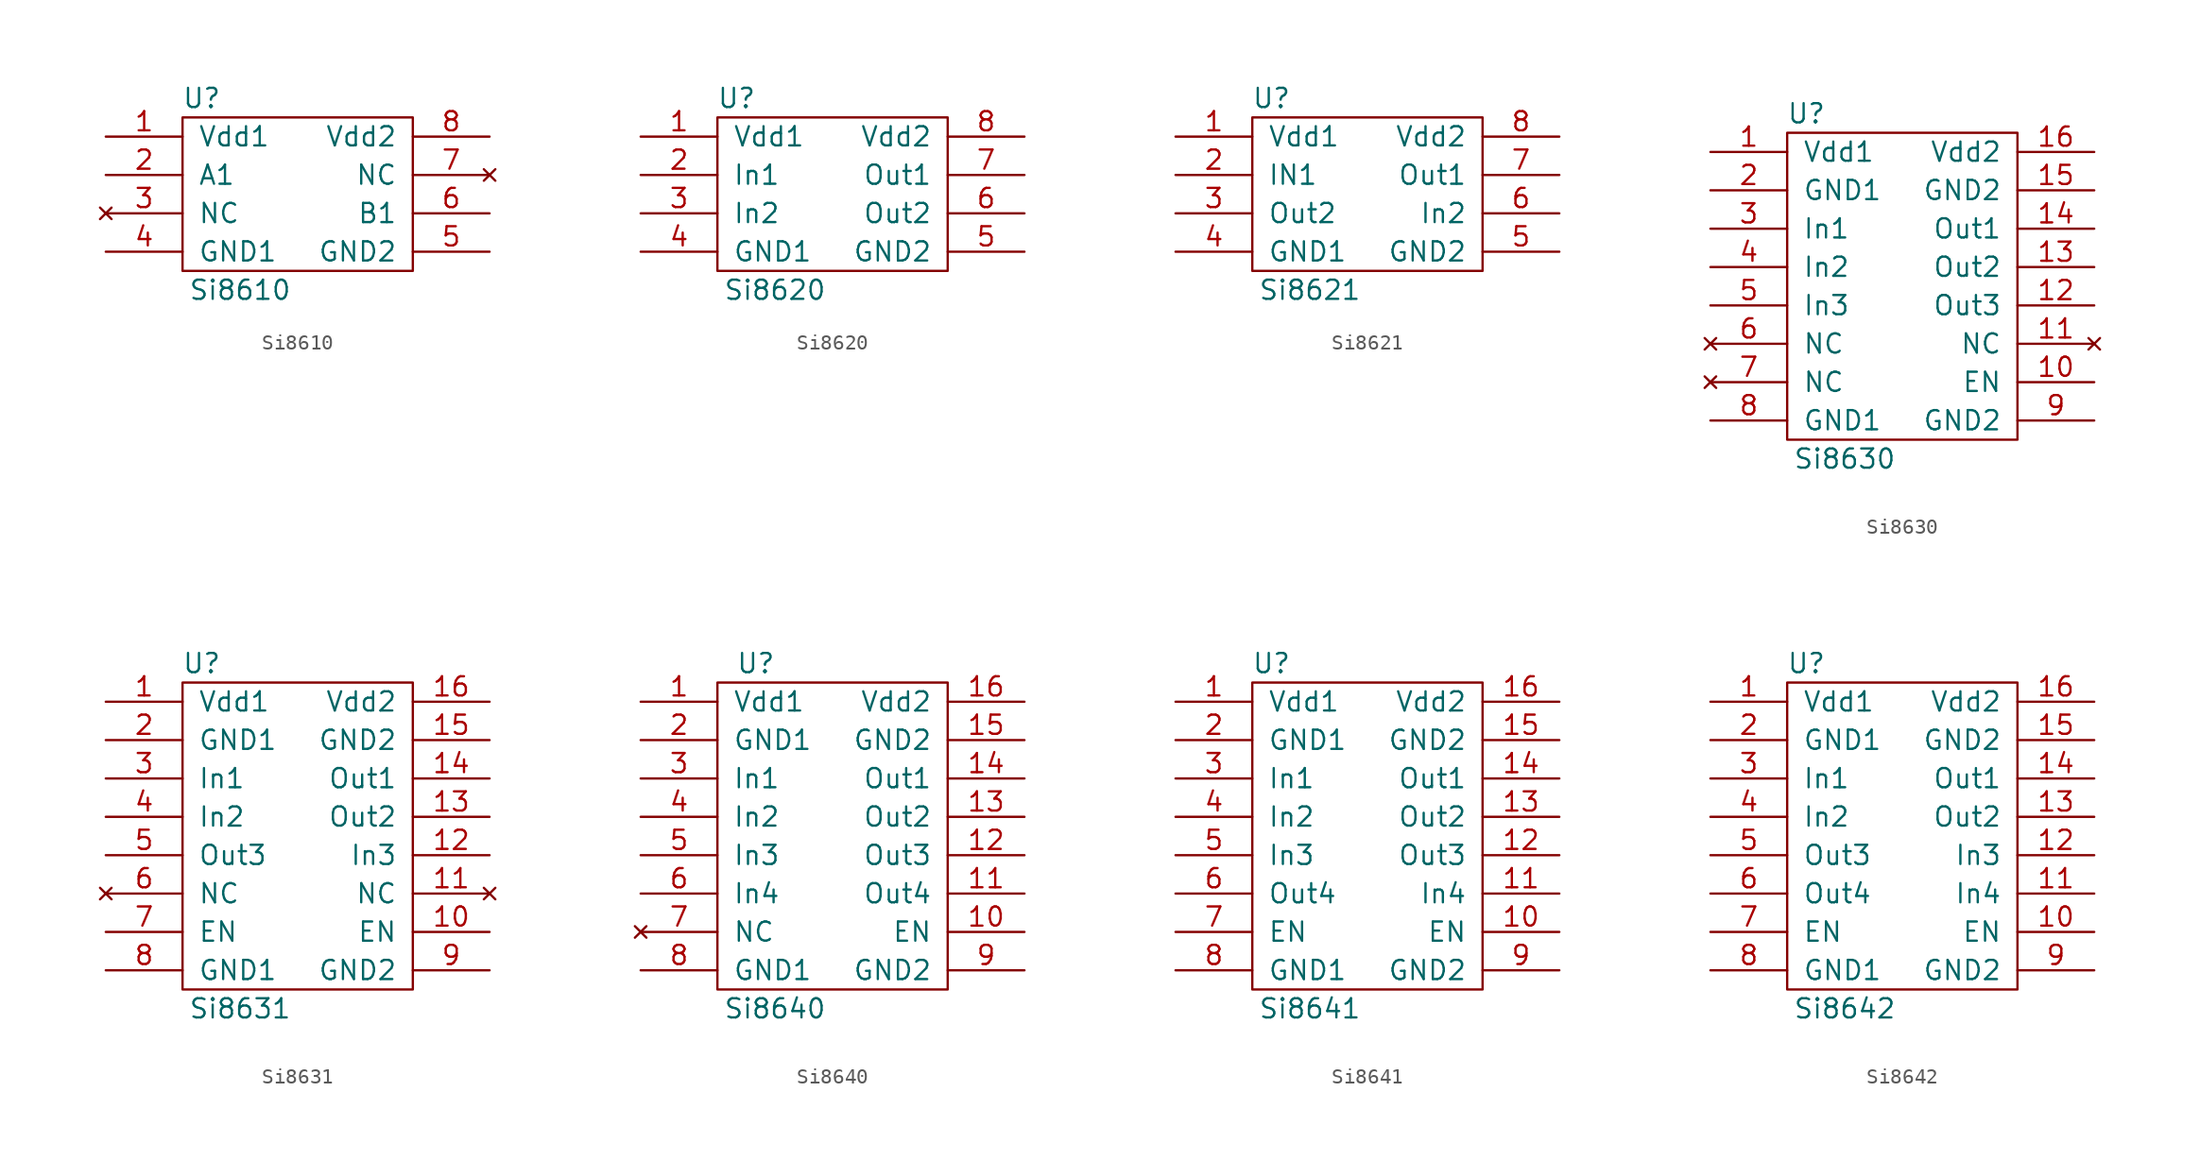
<source format=kicad_sym>
(kicad_symbol_lib
  (version 20211014)
  (generator kicad_symbol_editor)
  (symbol "Si8610"
    (pin_names
      (offset 1.016))
    (property "Reference" "U"
      (at -6.35 6.35 0)
      (effects (font (size 1.27 1.27))))
    (property "Value" "Si8610"
      (at -3.81 -6.35 0)
      (effects (font (size 1.27 1.27))))
    (symbol "Si8610_0_1"
      (rectangle (start -7.62 5.08) (end 7.62 -5.08) (stroke (width 0) (type default) (color 0 0 0 0)) (fill (type none))))
    (symbol "Si8610_1_1"
      (pin power_in line (at -12.7 3.81 0) (length 5.08) (name "Vdd1" (effects (font (size 1.27 1.27)))) (number "1" (effects (font (size 1.27 1.27)))))
      (pin input line (at -12.7 1.27 0) (length 5.08) (name "A1" (effects (font (size 1.27 1.27)))) (number "2" (effects (font (size 1.27 1.27)))))
      (pin no_connect line (at -12.7 -1.27 0) (length 5.08) (name "NC" (effects (font (size 1.27 1.27)))) (number "3" (effects (font (size 1.27 1.27)))))
      (pin power_in line (at -12.7 -3.81 0) (length 5.08) (name "GND1" (effects (font (size 1.27 1.27)))) (number "4" (effects (font (size 1.27 1.27)))))
      (pin power_in line (at 12.7 -3.81 180) (length 5.08) (name "GND2" (effects (font (size 1.27 1.27)))) (number "5" (effects (font (size 1.27 1.27)))))
      (pin output line (at 12.7 -1.27 180) (length 5.08) (name "B1" (effects (font (size 1.27 1.27)))) (number "6" (effects (font (size 1.27 1.27)))))
      (pin no_connect line (at 12.7 1.27 180) (length 5.08) (name "NC" (effects (font (size 1.27 1.27)))) (number "7" (effects (font (size 1.27 1.27)))))
      (pin power_in line (at 12.7 3.81 180) (length 5.08) (name "Vdd2" (effects (font (size 1.27 1.27)))) (number "8" (effects (font (size 1.27 1.27)))))))
  (symbol "Si8620"
    (pin_names
      (offset 1.016))
    (property "Reference" "U"
      (at -6.35 6.35 0)
      (effects (font (size 1.27 1.27))))
    (property "Value" "Si8620"
      (at -3.81 -6.35 0)
      (effects (font (size 1.27 1.27))))
    (symbol "Si8620_1_1"
      (rectangle (start -7.62 5.08) (end 7.62 -5.08) (stroke (width 0) (type default) (color 0 0 0 0)) (fill (type none)))
      (pin power_in line (at -12.7 3.81 0) (length 5.08) (name "Vdd1" (effects (font (size 1.27 1.27)))) (number "1" (effects (font (size 1.27 1.27)))))
      (pin input line (at -12.7 1.27 0) (length 5.08) (name "In1" (effects (font (size 1.27 1.27)))) (number "2" (effects (font (size 1.27 1.27)))))
      (pin input line (at -12.7 -1.27 0) (length 5.08) (name "In2" (effects (font (size 1.27 1.27)))) (number "3" (effects (font (size 1.27 1.27)))))
      (pin power_in line (at -12.7 -3.81 0) (length 5.08) (name "GND1" (effects (font (size 1.27 1.27)))) (number "4" (effects (font (size 1.27 1.27)))))
      (pin power_in line (at 12.7 -3.81 180) (length 5.08) (name "GND2" (effects (font (size 1.27 1.27)))) (number "5" (effects (font (size 1.27 1.27)))))
      (pin output line (at 12.7 -1.27 180) (length 5.08) (name "Out2" (effects (font (size 1.27 1.27)))) (number "6" (effects (font (size 1.27 1.27)))))
      (pin output line (at 12.7 1.27 180) (length 5.08) (name "Out1" (effects (font (size 1.27 1.27)))) (number "7" (effects (font (size 1.27 1.27)))))
      (pin power_in line (at 12.7 3.81 180) (length 5.08) (name "Vdd2" (effects (font (size 1.27 1.27)))) (number "8" (effects (font (size 1.27 1.27)))))))
  (symbol "Si8621"
    (pin_names
      (offset 1.016))
    (property "Reference" "U"
      (at -6.35 6.35 0)
      (effects (font (size 1.27 1.27))))
    (property "Value" "Si8621"
      (at -3.81 -6.35 0)
      (effects (font (size 1.27 1.27))))
    (symbol "Si8621_1_1"
      (rectangle (start -7.62 5.08) (end 7.62 -5.08) (stroke (width 0) (type default) (color 0 0 0 0)) (fill (type none)))
      (pin power_in line (at -12.7 3.81 0) (length 5.08) (name "Vdd1" (effects (font (size 1.27 1.27)))) (number "1" (effects (font (size 1.27 1.27)))))
      (pin input line (at -12.7 1.27 0) (length 5.08) (name "IN1" (effects (font (size 1.27 1.27)))) (number "2" (effects (font (size 1.27 1.27)))))
      (pin output line (at -12.7 -1.27 0) (length 5.08) (name "Out2" (effects (font (size 1.27 1.27)))) (number "3" (effects (font (size 1.27 1.27)))))
      (pin power_in line (at -12.7 -3.81 0) (length 5.08) (name "GND1" (effects (font (size 1.27 1.27)))) (number "4" (effects (font (size 1.27 1.27)))))
      (pin power_in line (at 12.7 -3.81 180) (length 5.08) (name "GND2" (effects (font (size 1.27 1.27)))) (number "5" (effects (font (size 1.27 1.27)))))
      (pin input line (at 12.7 -1.27 180) (length 5.08) (name "In2" (effects (font (size 1.27 1.27)))) (number "6" (effects (font (size 1.27 1.27)))))
      (pin output line (at 12.7 1.27 180) (length 5.08) (name "Out1" (effects (font (size 1.27 1.27)))) (number "7" (effects (font (size 1.27 1.27)))))
      (pin power_in line (at 12.7 3.81 180) (length 5.08) (name "Vdd2" (effects (font (size 1.27 1.27)))) (number "8" (effects (font (size 1.27 1.27)))))))
  (symbol "Si8630"
    (pin_names
      (offset 1.016))
    (property "Reference" "U"
      (at -6.35 11.43 0)
      (effects (font (size 1.27 1.27))))
    (property "Value" "Si8630"
      (at -3.81 -11.43 0)
      (effects (font (size 1.27 1.27))))
    (symbol "Si8630_1_1"
      (rectangle (start -7.62 10.16) (end 7.62 -10.16) (stroke (width 0) (type default) (color 0 0 0 0)) (fill (type none)))
      (pin power_in line (at -12.7 8.89 0) (length 5.08) (name "Vdd1" (effects (font (size 1.27 1.27)))) (number "1" (effects (font (size 1.27 1.27)))))
      (pin input line (at 12.7 -6.35 180) (length 5.08) (name "EN" (effects (font (size 1.27 1.27)))) (number "10" (effects (font (size 1.27 1.27)))))
      (pin no_connect line (at 12.7 -3.81 180) (length 5.08) (name "NC" (effects (font (size 1.27 1.27)))) (number "11" (effects (font (size 1.27 1.27)))))
      (pin output line (at 12.7 -1.27 180) (length 5.08) (name "Out3" (effects (font (size 1.27 1.27)))) (number "12" (effects (font (size 1.27 1.27)))))
      (pin output line (at 12.7 1.27 180) (length 5.08) (name "Out2" (effects (font (size 1.27 1.27)))) (number "13" (effects (font (size 1.27 1.27)))))
      (pin output line (at 12.7 3.81 180) (length 5.08) (name "Out1" (effects (font (size 1.27 1.27)))) (number "14" (effects (font (size 1.27 1.27)))))
      (pin power_in line (at 12.7 6.35 180) (length 5.08) (name "GND2" (effects (font (size 1.27 1.27)))) (number "15" (effects (font (size 1.27 1.27)))))
      (pin power_in line (at 12.7 8.89 180) (length 5.08) (name "Vdd2" (effects (font (size 1.27 1.27)))) (number "16" (effects (font (size 1.27 1.27)))))
      (pin power_in line (at -12.7 6.35 0) (length 5.08) (name "GND1" (effects (font (size 1.27 1.27)))) (number "2" (effects (font (size 1.27 1.27)))))
      (pin input line (at -12.7 3.81 0) (length 5.08) (name "In1" (effects (font (size 1.27 1.27)))) (number "3" (effects (font (size 1.27 1.27)))))
      (pin input line (at -12.7 1.27 0) (length 5.08) (name "In2" (effects (font (size 1.27 1.27)))) (number "4" (effects (font (size 1.27 1.27)))))
      (pin input line (at -12.7 -1.27 0) (length 5.08) (name "In3" (effects (font (size 1.27 1.27)))) (number "5" (effects (font (size 1.27 1.27)))))
      (pin no_connect line (at -12.7 -3.81 0) (length 5.08) (name "NC" (effects (font (size 1.27 1.27)))) (number "6" (effects (font (size 1.27 1.27)))))
      (pin no_connect line (at -12.7 -6.35 0) (length 5.08) (name "NC" (effects (font (size 1.27 1.27)))) (number "7" (effects (font (size 1.27 1.27)))))
      (pin power_in line (at -12.7 -8.89 0) (length 5.08) (name "GND1" (effects (font (size 1.27 1.27)))) (number "8" (effects (font (size 1.27 1.27)))))
      (pin power_in line (at 12.7 -8.89 180) (length 5.08) (name "GND2" (effects (font (size 1.27 1.27)))) (number "9" (effects (font (size 1.27 1.27)))))))
  (symbol "Si8631"
    (pin_names
      (offset 1.016))
    (property "Reference" "U"
      (at -6.35 11.43 0)
      (effects (font (size 1.27 1.27))))
    (property "Value" "Si8631"
      (at -3.81 -11.43 0)
      (effects (font (size 1.27 1.27))))
    (symbol "Si8631_1_1"
      (rectangle (start -7.62 10.16) (end 7.62 -10.16) (stroke (width 0) (type default) (color 0 0 0 0)) (fill (type none)))
      (pin power_in line (at -12.7 8.89 0) (length 5.08) (name "Vdd1" (effects (font (size 1.27 1.27)))) (number "1" (effects (font (size 1.27 1.27)))))
      (pin input line (at 12.7 -6.35 180) (length 5.08) (name "EN" (effects (font (size 1.27 1.27)))) (number "10" (effects (font (size 1.27 1.27)))))
      (pin no_connect line (at 12.7 -3.81 180) (length 5.08) (name "NC" (effects (font (size 1.27 1.27)))) (number "11" (effects (font (size 1.27 1.27)))))
      (pin input line (at 12.7 -1.27 180) (length 5.08) (name "In3" (effects (font (size 1.27 1.27)))) (number "12" (effects (font (size 1.27 1.27)))))
      (pin output line (at 12.7 1.27 180) (length 5.08) (name "Out2" (effects (font (size 1.27 1.27)))) (number "13" (effects (font (size 1.27 1.27)))))
      (pin output line (at 12.7 3.81 180) (length 5.08) (name "Out1" (effects (font (size 1.27 1.27)))) (number "14" (effects (font (size 1.27 1.27)))))
      (pin power_in line (at 12.7 6.35 180) (length 5.08) (name "GND2" (effects (font (size 1.27 1.27)))) (number "15" (effects (font (size 1.27 1.27)))))
      (pin power_in line (at 12.7 8.89 180) (length 5.08) (name "Vdd2" (effects (font (size 1.27 1.27)))) (number "16" (effects (font (size 1.27 1.27)))))
      (pin power_in line (at -12.7 6.35 0) (length 5.08) (name "GND1" (effects (font (size 1.27 1.27)))) (number "2" (effects (font (size 1.27 1.27)))))
      (pin input line (at -12.7 3.81 0) (length 5.08) (name "In1" (effects (font (size 1.27 1.27)))) (number "3" (effects (font (size 1.27 1.27)))))
      (pin input line (at -12.7 1.27 0) (length 5.08) (name "In2" (effects (font (size 1.27 1.27)))) (number "4" (effects (font (size 1.27 1.27)))))
      (pin output line (at -12.7 -1.27 0) (length 5.08) (name "Out3" (effects (font (size 1.27 1.27)))) (number "5" (effects (font (size 1.27 1.27)))))
      (pin no_connect line (at -12.7 -3.81 0) (length 5.08) (name "NC" (effects (font (size 1.27 1.27)))) (number "6" (effects (font (size 1.27 1.27)))))
      (pin input line (at -12.7 -6.35 0) (length 5.08) (name "EN" (effects (font (size 1.27 1.27)))) (number "7" (effects (font (size 1.27 1.27)))))
      (pin power_in line (at -12.7 -8.89 0) (length 5.08) (name "GND1" (effects (font (size 1.27 1.27)))) (number "8" (effects (font (size 1.27 1.27)))))
      (pin power_in line (at 12.7 -8.89 180) (length 5.08) (name "GND2" (effects (font (size 1.27 1.27)))) (number "9" (effects (font (size 1.27 1.27)))))))
  (symbol "Si8640"
    (pin_names
      (offset 1.016))
    (property "Reference" "U"
      (at -5.08 10.16 0)
      (effects (font (size 1.27 1.27))))
    (property "Value" "Si8640"
      (at -3.81 -12.7 0)
      (effects (font (size 1.27 1.27))))
    (symbol "Si8640_0_1"
      (rectangle (start -7.62 8.89) (end 7.62 -11.43) (stroke (width 0) (type default) (color 0 0 0 0)) (fill (type none))))
    (symbol "Si8640_1_1"
      (pin power_in line (at -12.7 7.62 0) (length 5.08) (name "Vdd1" (effects (font (size 1.27 1.27)))) (number "1" (effects (font (size 1.27 1.27)))))
      (pin input line (at 12.7 -7.62 180) (length 5.08) (name "EN" (effects (font (size 1.27 1.27)))) (number "10" (effects (font (size 1.27 1.27)))))
      (pin output line (at 12.7 -5.08 180) (length 5.08) (name "Out4" (effects (font (size 1.27 1.27)))) (number "11" (effects (font (size 1.27 1.27)))))
      (pin output line (at 12.7 -2.54 180) (length 5.08) (name "Out3" (effects (font (size 1.27 1.27)))) (number "12" (effects (font (size 1.27 1.27)))))
      (pin output line (at 12.7 0 180) (length 5.08) (name "Out2" (effects (font (size 1.27 1.27)))) (number "13" (effects (font (size 1.27 1.27)))))
      (pin output line (at 12.7 2.54 180) (length 5.08) (name "Out1" (effects (font (size 1.27 1.27)))) (number "14" (effects (font (size 1.27 1.27)))))
      (pin power_in line (at 12.7 5.08 180) (length 5.08) (name "GND2" (effects (font (size 1.27 1.27)))) (number "15" (effects (font (size 1.27 1.27)))))
      (pin power_in line (at 12.7 7.62 180) (length 5.08) (name "Vdd2" (effects (font (size 1.27 1.27)))) (number "16" (effects (font (size 1.27 1.27)))))
      (pin power_in line (at -12.7 5.08 0) (length 5.08) (name "GND1" (effects (font (size 1.27 1.27)))) (number "2" (effects (font (size 1.27 1.27)))))
      (pin input line (at -12.7 2.54 0) (length 5.08) (name "In1" (effects (font (size 1.27 1.27)))) (number "3" (effects (font (size 1.27 1.27)))))
      (pin input line (at -12.7 0 0) (length 5.08) (name "In2" (effects (font (size 1.27 1.27)))) (number "4" (effects (font (size 1.27 1.27)))))
      (pin input line (at -12.7 -2.54 0) (length 5.08) (name "In3" (effects (font (size 1.27 1.27)))) (number "5" (effects (font (size 1.27 1.27)))))
      (pin input line (at -12.7 -5.08 0) (length 5.08) (name "In4" (effects (font (size 1.27 1.27)))) (number "6" (effects (font (size 1.27 1.27)))))
      (pin no_connect line (at -12.7 -7.62 0) (length 5.08) (name "NC" (effects (font (size 1.27 1.27)))) (number "7" (effects (font (size 1.27 1.27)))))
      (pin power_in line (at -12.7 -10.16 0) (length 5.08) (name "GND1" (effects (font (size 1.27 1.27)))) (number "8" (effects (font (size 1.27 1.27)))))
      (pin power_in line (at 12.7 -10.16 180) (length 5.08) (name "GND2" (effects (font (size 1.27 1.27)))) (number "9" (effects (font (size 1.27 1.27)))))))
  (symbol "Si8641"
    (pin_names
      (offset 1.016))
    (property "Reference" "U"
      (at -6.35 11.43 0)
      (effects (font (size 1.27 1.27))))
    (property "Value" "Si8641"
      (at -3.81 -11.43 0)
      (effects (font (size 1.27 1.27))))
    (symbol "Si8641_1_1"
      (rectangle (start -7.62 10.16) (end 7.62 -10.16) (stroke (width 0) (type default) (color 0 0 0 0)) (fill (type none)))
      (pin power_in line (at -12.7 8.89 0) (length 5.08) (name "Vdd1" (effects (font (size 1.27 1.27)))) (number "1" (effects (font (size 1.27 1.27)))))
      (pin input line (at 12.7 -6.35 180) (length 5.08) (name "EN" (effects (font (size 1.27 1.27)))) (number "10" (effects (font (size 1.27 1.27)))))
      (pin input line (at 12.7 -3.81 180) (length 5.08) (name "In4" (effects (font (size 1.27 1.27)))) (number "11" (effects (font (size 1.27 1.27)))))
      (pin output line (at 12.7 -1.27 180) (length 5.08) (name "Out3" (effects (font (size 1.27 1.27)))) (number "12" (effects (font (size 1.27 1.27)))))
      (pin output line (at 12.7 1.27 180) (length 5.08) (name "Out2" (effects (font (size 1.27 1.27)))) (number "13" (effects (font (size 1.27 1.27)))))
      (pin output line (at 12.7 3.81 180) (length 5.08) (name "Out1" (effects (font (size 1.27 1.27)))) (number "14" (effects (font (size 1.27 1.27)))))
      (pin power_in line (at 12.7 6.35 180) (length 5.08) (name "GND2" (effects (font (size 1.27 1.27)))) (number "15" (effects (font (size 1.27 1.27)))))
      (pin power_in line (at 12.7 8.89 180) (length 5.08) (name "Vdd2" (effects (font (size 1.27 1.27)))) (number "16" (effects (font (size 1.27 1.27)))))
      (pin power_in line (at -12.7 6.35 0) (length 5.08) (name "GND1" (effects (font (size 1.27 1.27)))) (number "2" (effects (font (size 1.27 1.27)))))
      (pin input line (at -12.7 3.81 0) (length 5.08) (name "In1" (effects (font (size 1.27 1.27)))) (number "3" (effects (font (size 1.27 1.27)))))
      (pin input line (at -12.7 1.27 0) (length 5.08) (name "In2" (effects (font (size 1.27 1.27)))) (number "4" (effects (font (size 1.27 1.27)))))
      (pin input line (at -12.7 -1.27 0) (length 5.08) (name "In3" (effects (font (size 1.27 1.27)))) (number "5" (effects (font (size 1.27 1.27)))))
      (pin output line (at -12.7 -3.81 0) (length 5.08) (name "Out4" (effects (font (size 1.27 1.27)))) (number "6" (effects (font (size 1.27 1.27)))))
      (pin input line (at -12.7 -6.35 0) (length 5.08) (name "EN" (effects (font (size 1.27 1.27)))) (number "7" (effects (font (size 1.27 1.27)))))
      (pin power_in line (at -12.7 -8.89 0) (length 5.08) (name "GND1" (effects (font (size 1.27 1.27)))) (number "8" (effects (font (size 1.27 1.27)))))
      (pin power_in line (at 12.7 -8.89 180) (length 5.08) (name "GND2" (effects (font (size 1.27 1.27)))) (number "9" (effects (font (size 1.27 1.27)))))))
  (symbol "Si8642"
    (pin_names
      (offset 1.016))
    (property "Reference" "U"
      (at -6.35 11.43 0)
      (effects (font (size 1.27 1.27))))
    (property "Value" "Si8642"
      (at -3.81 -11.43 0)
      (effects (font (size 1.27 1.27))))
    (symbol "Si8642_1_1"
      (rectangle (start -7.62 10.16) (end 7.62 -10.16) (stroke (width 0) (type default) (color 0 0 0 0)) (fill (type none)))
      (pin power_in line (at -12.7 8.89 0) (length 5.08) (name "Vdd1" (effects (font (size 1.27 1.27)))) (number "1" (effects (font (size 1.27 1.27)))))
      (pin input line (at 12.7 -6.35 180) (length 5.08) (name "EN" (effects (font (size 1.27 1.27)))) (number "10" (effects (font (size 1.27 1.27)))))
      (pin input line (at 12.7 -3.81 180) (length 5.08) (name "In4" (effects (font (size 1.27 1.27)))) (number "11" (effects (font (size 1.27 1.27)))))
      (pin input line (at 12.7 -1.27 180) (length 5.08) (name "In3" (effects (font (size 1.27 1.27)))) (number "12" (effects (font (size 1.27 1.27)))))
      (pin output line (at 12.7 1.27 180) (length 5.08) (name "Out2" (effects (font (size 1.27 1.27)))) (number "13" (effects (font (size 1.27 1.27)))))
      (pin output line (at 12.7 3.81 180) (length 5.08) (name "Out1" (effects (font (size 1.27 1.27)))) (number "14" (effects (font (size 1.27 1.27)))))
      (pin power_in line (at 12.7 6.35 180) (length 5.08) (name "GND2" (effects (font (size 1.27 1.27)))) (number "15" (effects (font (size 1.27 1.27)))))
      (pin power_in line (at 12.7 8.89 180) (length 5.08) (name "Vdd2" (effects (font (size 1.27 1.27)))) (number "16" (effects (font (size 1.27 1.27)))))
      (pin power_in line (at -12.7 6.35 0) (length 5.08) (name "GND1" (effects (font (size 1.27 1.27)))) (number "2" (effects (font (size 1.27 1.27)))))
      (pin input line (at -12.7 3.81 0) (length 5.08) (name "In1" (effects (font (size 1.27 1.27)))) (number "3" (effects (font (size 1.27 1.27)))))
      (pin input line (at -12.7 1.27 0) (length 5.08) (name "In2" (effects (font (size 1.27 1.27)))) (number "4" (effects (font (size 1.27 1.27)))))
      (pin output line (at -12.7 -1.27 0) (length 5.08) (name "Out3" (effects (font (size 1.27 1.27)))) (number "5" (effects (font (size 1.27 1.27)))))
      (pin output line (at -12.7 -3.81 0) (length 5.08) (name "Out4" (effects (font (size 1.27 1.27)))) (number "6" (effects (font (size 1.27 1.27)))))
      (pin input line (at -12.7 -6.35 0) (length 5.08) (name "EN" (effects (font (size 1.27 1.27)))) (number "7" (effects (font (size 1.27 1.27)))))
      (pin power_in line (at -12.7 -8.89 0) (length 5.08) (name "GND1" (effects (font (size 1.27 1.27)))) (number "8" (effects (font (size 1.27 1.27)))))
      (pin power_in line (at 12.7 -8.89 180) (length 5.08) (name "GND2" (effects (font (size 1.27 1.27)))) (number "9" (effects (font (size 1.27 1.27))))))))
</source>
